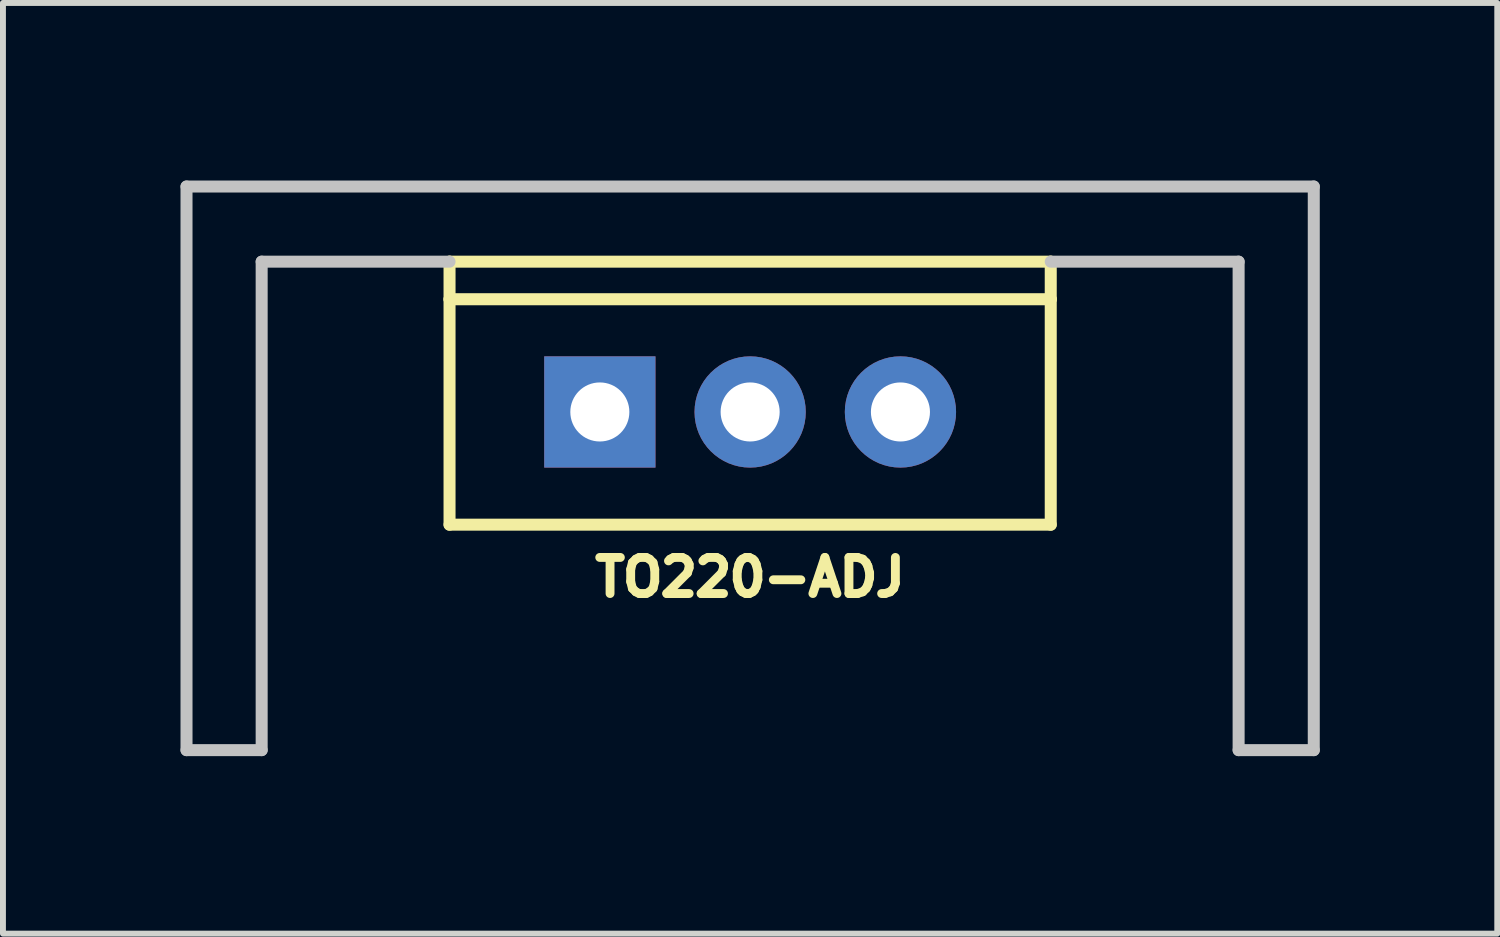
<source format=kicad_pcb>
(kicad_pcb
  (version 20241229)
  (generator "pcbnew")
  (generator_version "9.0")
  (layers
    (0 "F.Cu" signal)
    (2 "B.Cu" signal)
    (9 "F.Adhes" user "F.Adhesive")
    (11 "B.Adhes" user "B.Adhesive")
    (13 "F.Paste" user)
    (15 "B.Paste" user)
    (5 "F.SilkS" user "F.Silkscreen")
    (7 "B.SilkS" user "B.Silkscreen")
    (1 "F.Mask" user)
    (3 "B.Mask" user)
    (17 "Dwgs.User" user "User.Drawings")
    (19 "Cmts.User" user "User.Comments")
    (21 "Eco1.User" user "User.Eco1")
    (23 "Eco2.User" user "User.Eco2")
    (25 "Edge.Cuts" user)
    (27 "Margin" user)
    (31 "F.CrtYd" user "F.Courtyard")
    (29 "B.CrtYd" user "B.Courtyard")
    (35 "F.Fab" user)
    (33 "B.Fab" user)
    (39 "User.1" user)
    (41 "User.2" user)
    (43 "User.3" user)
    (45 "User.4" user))
  (footprint "TO220-ADJ"
    (layer "F.Cu")
    (at 9.627 3.912)
    (property "Reference" "TO220-ADJ" (at 0 2.794 0) (layer "F.SilkS") (effects (font (size 0.61 0.61) (thickness 0.15))))
    (attr exclude_from_pos_files exclude_from_bom)
    (fp_line (start -5.08 -2.54) (end 5.08 -2.54) (stroke (width 0.203) (type solid)) (layer "F.SilkS"))
    (fp_line (start -5.08 -1.905) (end -5.08 -2.54) (stroke (width 0.203) (type solid)) (layer "F.SilkS"))
    (fp_line (start -5.08 1.905) (end -5.08 -1.905) (stroke (width 0.203) (type solid)) (layer "F.SilkS"))
    (fp_line (start 5.08 -2.54) (end 5.08 -1.905) (stroke (width 0.203) (type solid)) (layer "F.SilkS"))
    (fp_line (start 5.08 -1.905) (end -5.08 -1.905) (stroke (width 0.203) (type solid)) (layer "F.SilkS"))
    (fp_line (start 5.08 -1.905) (end 5.08 1.905) (stroke (width 0.203) (type solid)) (layer "F.SilkS"))
    (fp_line (start 5.08 1.905) (end -5.08 1.905) (stroke (width 0.203) (type solid)) (layer "F.SilkS"))
    (fp_line (start -9.525 -3.81) (end -9.525 5.715) (stroke (width 0.203) (type solid)) (layer "Dwgs.User"))
    (fp_line (start -9.525 5.715) (end -8.255 5.715) (stroke (width 0.203) (type solid)) (layer "Dwgs.User"))
    (fp_line (start -8.255 -2.54) (end -5.08 -2.54) (stroke (width 0.203) (type solid)) (layer "Dwgs.User"))
    (fp_line (start -8.255 5.715) (end -8.255 -2.54) (stroke (width 0.203) (type solid)) (layer "Dwgs.User"))
    (fp_line (start 5.08 -2.54) (end 8.255 -2.54) (stroke (width 0.203) (type solid)) (layer "Dwgs.User"))
    (fp_line (start 8.255 -2.54) (end 8.255 5.715) (stroke (width 0.203) (type solid)) (layer "Dwgs.User"))
    (fp_line (start 8.255 5.715) (end 9.525 5.715) (stroke (width 0.203) (type solid)) (layer "Dwgs.User"))
    (fp_line (start 9.525 -3.81) (end -9.525 -3.81) (stroke (width 0.203) (type solid)) (layer "Dwgs.User"))
    (fp_line (start 9.525 5.715) (end 9.525 -3.81) (stroke (width 0.203) (type solid)) (layer "Dwgs.User"))
    (pad "ADJ" thru_hole rect (at -2.54 0) (size 1.88 1.88) (drill 0.998) (layers "*.Cu" "*.Mask"))
    (pad "IN" thru_hole circle (at 2.54 0) (size 1.88 1.88) (drill 0.998) (layers "*.Cu" "*.Mask"))
    (pad "OUT" thru_hole circle (at 0 0) (size 1.88 1.88) (drill 0.998) (layers "*.Cu" "*.Mask")))
  (gr_rect
    (start -3 -3)
    (end 22.253 12.728)
    (stroke (width 0.1) (type default))
    (fill no)
    (layer "Edge.Cuts")))
</source>
